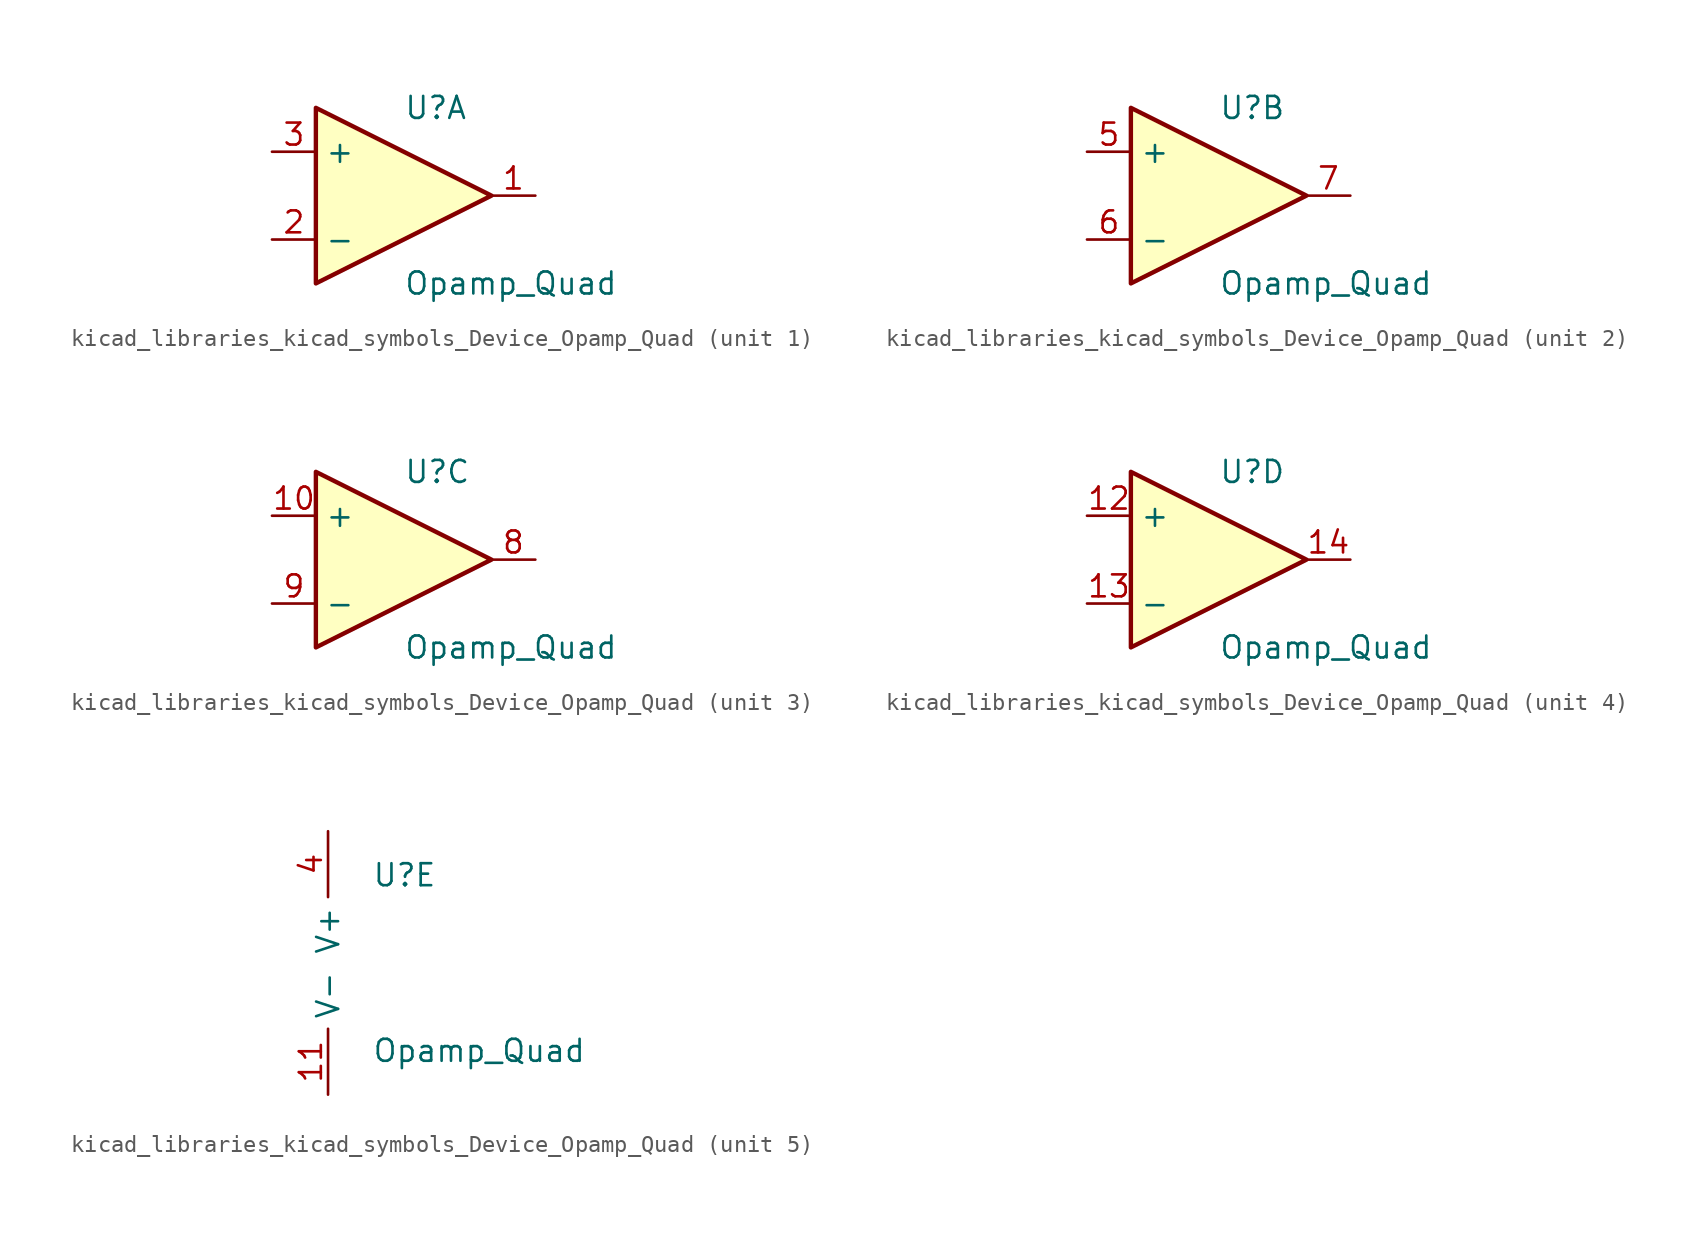
<source format=kicad_sym>
(kicad_symbol_lib
  (version 20220914)
  (generator kicad_symbol_editor)
  (symbol "kicad_libraries_kicad_symbols_Device_Opamp_Quad"
    (property "Reference" "U"
      (at 0 5.08 0)
      (effects (font (size 1.27 1.27)) (justify left)))
    (property "Value" "Opamp_Quad"
      (at 0 -5.08 0)
      (effects (font (size 1.27 1.27)) (justify left)))
    (property "ki_locked" ""
      (at 0 0 0)
      (effects (font (size 1.27 1.27))))
    (symbol "kicad_libraries_kicad_symbols_Device_Opamp_Quad_1_1"
      (polyline (pts (xy -5.08 5.08) (xy 5.08 0) (xy -5.08 -5.08) (xy -5.08 5.08)) (stroke (width 0.254) (type default)) (fill (type background)))
      (pin output line (at 7.62 0 180) (length 2.54) (name "~" (effects (font (size 1.27 1.27)))) (number "1" (effects (font (size 1.27 1.27)))))
      (pin input line (at -7.62 -2.54 0) (length 2.54) (name "-" (effects (font (size 1.27 1.27)))) (number "2" (effects (font (size 1.27 1.27)))))
      (pin input line (at -7.62 2.54 0) (length 2.54) (name "+" (effects (font (size 1.27 1.27)))) (number "3" (effects (font (size 1.27 1.27))))))
    (symbol "kicad_libraries_kicad_symbols_Device_Opamp_Quad_2_1"
      (polyline (pts (xy -5.08 5.08) (xy 5.08 0) (xy -5.08 -5.08) (xy -5.08 5.08)) (stroke (width 0.254) (type default)) (fill (type background)))
      (pin input line (at -7.62 2.54 0) (length 2.54) (name "+" (effects (font (size 1.27 1.27)))) (number "5" (effects (font (size 1.27 1.27)))))
      (pin input line (at -7.62 -2.54 0) (length 2.54) (name "-" (effects (font (size 1.27 1.27)))) (number "6" (effects (font (size 1.27 1.27)))))
      (pin output line (at 7.62 0 180) (length 2.54) (name "~" (effects (font (size 1.27 1.27)))) (number "7" (effects (font (size 1.27 1.27))))))
    (symbol "kicad_libraries_kicad_symbols_Device_Opamp_Quad_3_1"
      (polyline (pts (xy -5.08 5.08) (xy 5.08 0) (xy -5.08 -5.08) (xy -5.08 5.08)) (stroke (width 0.254) (type default)) (fill (type background)))
      (pin input line (at -7.62 2.54 0) (length 2.54) (name "+" (effects (font (size 1.27 1.27)))) (number "10" (effects (font (size 1.27 1.27)))))
      (pin output line (at 7.62 0 180) (length 2.54) (name "~" (effects (font (size 1.27 1.27)))) (number "8" (effects (font (size 1.27 1.27)))))
      (pin input line (at -7.62 -2.54 0) (length 2.54) (name "-" (effects (font (size 1.27 1.27)))) (number "9" (effects (font (size 1.27 1.27))))))
    (symbol "kicad_libraries_kicad_symbols_Device_Opamp_Quad_4_1"
      (polyline (pts (xy -5.08 5.08) (xy 5.08 0) (xy -5.08 -5.08) (xy -5.08 5.08)) (stroke (width 0.254) (type default)) (fill (type background)))
      (pin input line (at -7.62 2.54 0) (length 2.54) (name "+" (effects (font (size 1.27 1.27)))) (number "12" (effects (font (size 1.27 1.27)))))
      (pin input line (at -7.62 -2.54 0) (length 2.54) (name "-" (effects (font (size 1.27 1.27)))) (number "13" (effects (font (size 1.27 1.27)))))
      (pin output line (at 7.62 0 180) (length 2.54) (name "~" (effects (font (size 1.27 1.27)))) (number "14" (effects (font (size 1.27 1.27))))))
    (symbol "kicad_libraries_kicad_symbols_Device_Opamp_Quad_5_1"
      (pin power_in line (at -2.54 -7.62 90) (length 3.81) (name "V-" (effects (font (size 1.27 1.27)))) (number "11" (effects (font (size 1.27 1.27)))))
      (pin power_in line (at -2.54 7.62 270) (length 3.81) (name "V+" (effects (font (size 1.27 1.27)))) (number "4" (effects (font (size 1.27 1.27))))))))
</source>
